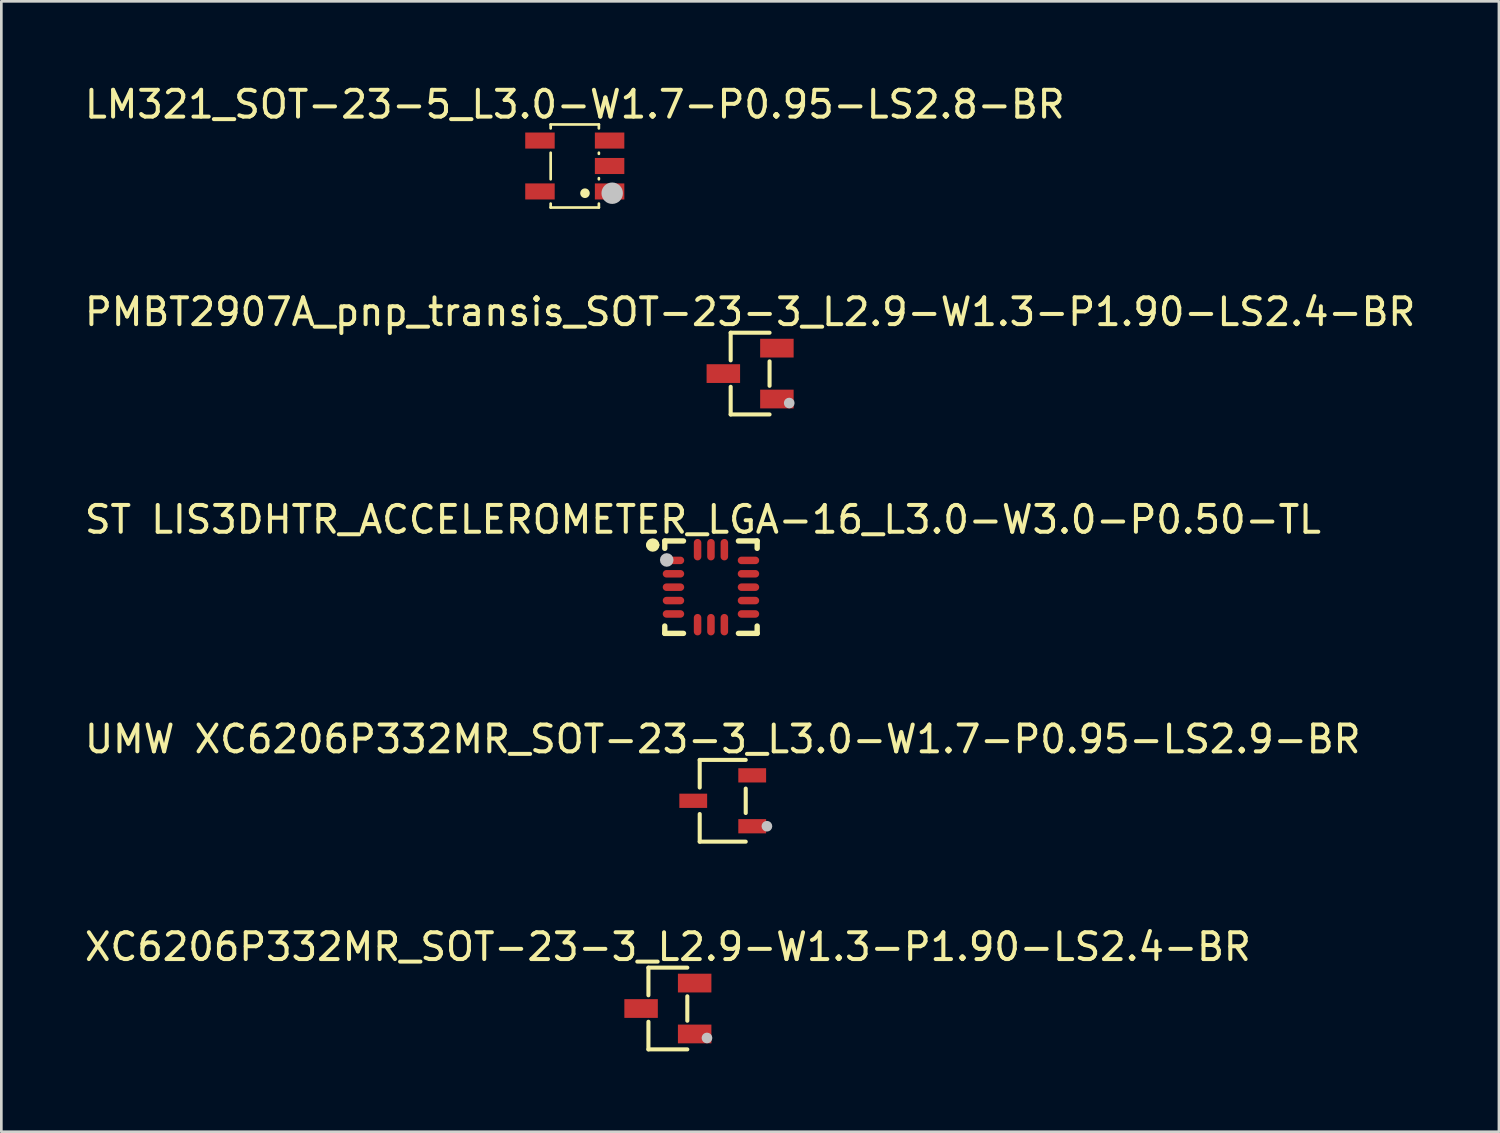
<source format=kicad_pcb>
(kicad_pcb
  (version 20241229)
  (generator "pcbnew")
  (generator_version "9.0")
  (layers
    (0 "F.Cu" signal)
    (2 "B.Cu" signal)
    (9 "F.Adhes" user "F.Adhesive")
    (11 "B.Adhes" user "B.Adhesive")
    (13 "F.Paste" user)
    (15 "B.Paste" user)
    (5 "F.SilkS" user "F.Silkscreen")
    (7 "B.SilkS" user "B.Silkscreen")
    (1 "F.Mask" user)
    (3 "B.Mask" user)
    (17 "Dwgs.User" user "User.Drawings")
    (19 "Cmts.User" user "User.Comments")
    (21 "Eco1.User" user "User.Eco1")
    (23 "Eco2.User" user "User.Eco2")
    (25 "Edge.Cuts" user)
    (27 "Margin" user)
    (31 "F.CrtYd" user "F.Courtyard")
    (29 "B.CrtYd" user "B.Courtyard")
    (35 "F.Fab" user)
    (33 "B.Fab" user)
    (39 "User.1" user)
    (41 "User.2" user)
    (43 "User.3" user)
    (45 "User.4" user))
  (footprint "UMW XC6206P332MR_SOT-23-3_L3.0-W1.7-P0.95-LS2.9-BR"
    (layer "F.Cu")
    (at 23.935 26.85)
    (property "Reference" "UMW XC6206P332MR_SOT-23-3_L3.0-W1.7-P0.95-LS2.9-BR" (at 0 -2.302 0) (layer "F.SilkS") (effects (font (size 1 1) (thickness 0.15))))
    (fp_line (start -0.859 -1.526) (end -0.859 -0.494) (stroke (width 0.152) (type default)) (layer "F.SilkS"))
    (fp_line (start -0.859 1.526) (end -0.859 0.494) (stroke (width 0.152) (type default)) (layer "F.SilkS"))
    (fp_line (start 0.859 -1.526) (end -0.859 -1.526) (stroke (width 0.152) (type default)) (layer "F.SilkS"))
    (fp_line (start 0.859 -0.456) (end 0.859 0.456) (stroke (width 0.152) (type default)) (layer "F.SilkS"))
    (fp_line (start 0.859 1.526) (end -0.859 1.526) (stroke (width 0.152) (type default)) (layer "F.SilkS"))
    (fp_circle (center 1.65 0.95) (end 1.75 0.95) (stroke (width 0.2) (type default)) (fill no) (layer "Dwgs.User"))
    (fp_poly (pts (xy -1.425 0.188) (xy -1.425 -0.188) (xy -1 -0.188) (xy -1 0.188)) (stroke (width 0.1) (type default)) (fill no) (layer "User.1"))
    (fp_poly (pts (xy -1.01 0.188) (xy -1.01 -0.188) (xy -0.815 -0.188) (xy -0.815 0.188)) (stroke (width 0.1) (type default)) (fill no) (layer "User.1"))
    (fp_poly (pts (xy 0.815 -0.762) (xy 0.815 -1.137) (xy 1.01 -1.137) (xy 1.01 -0.762)) (stroke (width 0.1) (type default)) (fill no) (layer "User.1"))
    (fp_poly (pts (xy 0.815 1.137) (xy 0.815 0.762) (xy 1.01 0.762) (xy 1.01 1.137)) (stroke (width 0.1) (type default)) (fill no) (layer "User.1"))
    (fp_poly (pts (xy 1 -0.762) (xy 1 -1.137) (xy 1.425 -1.137) (xy 1.425 -0.762)) (stroke (width 0.1) (type default)) (fill no) (layer "User.1"))
    (fp_poly (pts (xy 1 1.137) (xy 1 0.762) (xy 1.425 0.762) (xy 1.425 1.137)) (stroke (width 0.1) (type default)) (fill no) (layer "User.1"))
    (fp_line (start -0.85 -1.5) (end 0.85 -1.5) (stroke (width 0.051) (type default)) (layer "User.2"))
    (fp_line (start -0.85 1.5) (end -0.85 -1.5) (stroke (width 0.051) (type default)) (layer "User.2"))
    (fp_line (start 0.85 -1.5) (end 0.85 1.5) (stroke (width 0.051) (type default)) (layer "User.2"))
    (fp_line (start 0.85 1.5) (end -0.85 1.5) (stroke (width 0.051) (type default)) (layer "User.2"))
    (fp_poly (pts (xy 1.48 1.477) (xy 1.448 1.445) (xy 1.402 1.445) (xy 1.37 1.477) (xy 1.37 1.523) (xy 1.402 1.555) (xy 1.448 1.555) (xy 1.48 1.523)) (stroke (width 0.1) (type default)) (fill no) (layer "User.3"))
    (pad "1" smd rect (at 1.101 0.95) (size 1.038 0.532) (layers "F.Cu" "F.Mask" "F.Paste"))
    (pad "2" smd rect (at 1.101 -0.95) (size 1.038 0.532) (layers "F.Cu" "F.Mask" "F.Paste"))
    (pad "3" smd rect (at -1.101 0) (size 1.038 0.532) (layers "F.Cu" "F.Mask" "F.Paste")))
  (footprint "LM321_SOT-23-5_L3.0-W1.7-P0.95-LS2.8-BR"
    (layer "F.Cu")
    (at 18.411 3.148)
    (property "Reference" "LM321_SOT-23-5_L3.0-W1.7-P0.95-LS2.8-BR" (at 0 -2.3 0) (layer "F.SilkS") (effects (font (size 1 1) (thickness 0.15))))
    (fp_line (start -0.9 -1.55) (end -0.9 -1.404) (stroke (width 0.1) (type default)) (layer "F.SilkS"))
    (fp_line (start -0.9 -1.55) (end 0.9 -1.55) (stroke (width 0.1) (type default)) (layer "F.SilkS"))
    (fp_line (start -0.9 -0.496) (end -0.9 0.496) (stroke (width 0.1) (type default)) (layer "F.SilkS"))
    (fp_line (start -0.9 1.404) (end -0.9 1.55) (stroke (width 0.1) (type default)) (layer "F.SilkS"))
    (fp_line (start -0.9 1.55) (end 0.9 1.55) (stroke (width 0.1) (type default)) (layer "F.SilkS"))
    (fp_line (start 0.9 -1.55) (end 0.9 -1.404) (stroke (width 0.1) (type default)) (layer "F.SilkS"))
    (fp_line (start 0.9 -0.496) (end 0.9 -0.454) (stroke (width 0.1) (type default)) (layer "F.SilkS"))
    (fp_line (start 0.9 0.454) (end 0.9 0.496) (stroke (width 0.1) (type default)) (layer "F.SilkS"))
    (fp_line (start 0.9 1.404) (end 0.9 1.55) (stroke (width 0.1) (type default)) (layer "F.SilkS"))
    (fp_poly (pts (arc (start 0.204 1.016) (mid 0.381 0.836989) (end 0.558 1.016)) (arc (start 0.558 1.016) (mid 0.381 1.195011) (end 0.204 1.016))) (stroke (width 0) (type default)) (fill yes) (layer "F.SilkS"))
    (fp_circle (center 1.397 1.016) (end 1.597 1.016) (stroke (width 0.4) (type default)) (fill no) (layer "Dwgs.User"))
    (fp_poly (pts (xy -1.4 -0.75) (xy -1.4 -1.15) (xy -0.95 -1.15) (xy -0.95 -0.75)) (stroke (width 0.1) (type default)) (fill no) (layer "User.1"))
    (fp_poly (pts (xy -1.4 1.15) (xy -1.4 0.75) (xy -0.95 0.75) (xy -0.95 1.15)) (stroke (width 0.1) (type default)) (fill no) (layer "User.1"))
    (fp_poly (pts (xy -0.96 -0.75) (xy -0.96 -1.15) (xy -0.79 -1.15) (xy -0.79 -0.75)) (stroke (width 0.1) (type default)) (fill no) (layer "User.1"))
    (fp_poly (pts (xy -0.96 1.15) (xy -0.96 0.75) (xy -0.79 0.75) (xy -0.79 1.15)) (stroke (width 0.1) (type default)) (fill no) (layer "User.1"))
    (fp_poly (pts (xy 0.79 -0.75) (xy 0.79 -1.15) (xy 0.96 -1.15) (xy 0.96 -0.75)) (stroke (width 0.1) (type default)) (fill no) (layer "User.1"))
    (fp_poly (pts (xy 0.79 0.2) (xy 0.79 -0.2) (xy 0.96 -0.2) (xy 0.96 0.2)) (stroke (width 0.1) (type default)) (fill no) (layer "User.1"))
    (fp_poly (pts (xy 0.79 1.15) (xy 0.79 0.75) (xy 0.96 0.75) (xy 0.96 1.15)) (stroke (width 0.1) (type default)) (fill no) (layer "User.1"))
    (fp_poly (pts (xy 0.95 -0.75) (xy 0.95 -1.15) (xy 1.4 -1.15) (xy 1.4 -0.75)) (stroke (width 0.1) (type default)) (fill no) (layer "User.1"))
    (fp_poly (pts (xy 0.95 0.2) (xy 0.95 -0.2) (xy 1.4 -0.2) (xy 1.4 0.2)) (stroke (width 0.1) (type default)) (fill no) (layer "User.1"))
    (fp_poly (pts (xy 0.95 1.15) (xy 0.95 0.75) (xy 1.4 0.75) (xy 1.4 1.15)) (stroke (width 0.1) (type default)) (fill no) (layer "User.1"))
    (fp_line (start -0.8 -1.45) (end 0.8 -1.45) (stroke (width 0.051) (type default)) (layer "User.2"))
    (fp_line (start -0.8 1.45) (end -0.8 -1.45) (stroke (width 0.051) (type default)) (layer "User.2"))
    (fp_line (start 0.8 -1.45) (end 0.8 1.45) (stroke (width 0.051) (type default)) (layer "User.2"))
    (fp_line (start 0.8 1.45) (end -0.8 1.45) (stroke (width 0.051) (type default)) (layer "User.2"))
    (fp_poly (pts (xy 1.455 1.427) (xy 1.423 1.395) (xy 1.377 1.395) (xy 1.345 1.427) (xy 1.345 1.473) (xy 1.377 1.505) (xy 1.423 1.505) (xy 1.455 1.473)) (stroke (width 0.1) (type default)) (fill no) (layer "User.3"))
    (pad "1" smd rect (at 1.3 0.95) (size 1.1 0.6) (layers "F.Cu" "F.Mask" "F.Paste"))
    (pad "2" smd rect (at 1.3 0) (size 1.1 0.6) (layers "F.Cu" "F.Mask" "F.Paste"))
    (pad "3" smd rect (at 1.3 -0.95) (size 1.1 0.6) (layers "F.Cu" "F.Mask" "F.Paste"))
    (pad "4" smd rect (at -1.3 -0.95) (size 1.1 0.6) (layers "F.Cu" "F.Mask" "F.Paste"))
    (pad "5" smd rect (at -1.3 0.95) (size 1.1 0.6) (layers "F.Cu" "F.Mask" "F.Paste")))
  (footprint "ST LIS3DHTR_ACCELEROMETER_LGA-16_L3.0-W3.0-P0.50-TL"
    (layer "F.Cu")
    (at 23.496 18.874)
    (property "Reference" "ST LIS3DHTR_ACCELEROMETER_LGA-16_L3.0-W3.0-P0.50-TL" (at -0.3 -2.525 0) (layer "F.SilkS") (effects (font (size 1 1) (thickness 0.15))))
    (fp_line (start -1.725 -1.725) (end -1.025 -1.725) (stroke (width 0.2) (type default)) (layer "F.SilkS"))
    (fp_line (start -1.725 -1.45) (end -1.725 -1.725) (stroke (width 0.2) (type default)) (layer "F.SilkS"))
    (fp_line (start -1.725 1.45) (end -1.725 1.725) (stroke (width 0.2) (type default)) (layer "F.SilkS"))
    (fp_line (start -1.725 1.725) (end -1.025 1.725) (stroke (width 0.2) (type default)) (layer "F.SilkS"))
    (fp_line (start 1.025 -1.725) (end 1.725 -1.725) (stroke (width 0.2) (type default)) (layer "F.SilkS"))
    (fp_line (start 1.025 1.725) (end 1.725 1.725) (stroke (width 0.2) (type default)) (layer "F.SilkS"))
    (fp_line (start 1.725 -1.725) (end 1.725 -1.45) (stroke (width 0.2) (type default)) (layer "F.SilkS"))
    (fp_line (start 1.725 1.725) (end 1.725 1.45) (stroke (width 0.2) (type default)) (layer "F.SilkS"))
    (fp_arc (start -2.2995 -1.5735) (mid -2.17525 -1.698498) (end -2.0495 -1.575) (stroke (width 0.25) (type default)) (layer "F.SilkS"))
    (fp_arc (start -2.0495 -1.5725) (mid -2.175 -1.448497) (end -2.2995 -1.5735) (stroke (width 0.25) (type default)) (layer "F.SilkS"))
    (fp_circle (center -1.651 -1.016) (end -1.524 -1.016) (stroke (width 0.254) (type default)) (fill no) (layer "Dwgs.User"))
    (fp_poly (pts (xy -1.05 -1.13) (xy -1.05 -0.88) (xy -1.399 -0.88) (xy -1.399 -1.13)) (stroke (width 0.1) (type default)) (fill no) (layer "User.1"))
    (fp_poly (pts (xy -1.05 -0.63) (xy -1.05 -0.38) (xy -1.399 -0.38) (xy -1.399 -0.63)) (stroke (width 0.1) (type default)) (fill no) (layer "User.1"))
    (fp_poly (pts (xy -1.05 -0.13) (xy -1.05 0.12) (xy -1.399 0.12) (xy -1.399 -0.13)) (stroke (width 0.1) (type default)) (fill no) (layer "User.1"))
    (fp_poly (pts (xy -1.05 0.37) (xy -1.05 0.62) (xy -1.399 0.62) (xy -1.399 0.37)) (stroke (width 0.1) (type default)) (fill no) (layer "User.1"))
    (fp_poly (pts (xy -1.05 0.87) (xy -1.05 1.12) (xy -1.399 1.12) (xy -1.399 0.87)) (stroke (width 0.1) (type default)) (fill no) (layer "User.1"))
    (fp_poly (pts (xy -0.625 -1.4) (xy -0.375 -1.4) (xy -0.375 -1.05) (xy -0.625 -1.05)) (stroke (width 0.1) (type default)) (fill no) (layer "User.1"))
    (fp_poly (pts (xy -0.375 1.399) (xy -0.625 1.399) (xy -0.625 1.05) (xy -0.375 1.05)) (stroke (width 0.1) (type default)) (fill no) (layer "User.1"))
    (fp_poly (pts (xy -0.125 -1.4) (xy 0.125 -1.4) (xy 0.125 -1.05) (xy -0.125 -1.05)) (stroke (width 0.1) (type default)) (fill no) (layer "User.1"))
    (fp_poly (pts (xy 0.125 1.399) (xy -0.125 1.399) (xy -0.125 1.05) (xy 0.125 1.05)) (stroke (width 0.1) (type default)) (fill no) (layer "User.1"))
    (fp_poly (pts (xy 0.375 -1.4) (xy 0.625 -1.4) (xy 0.625 -1.05) (xy 0.375 -1.05)) (stroke (width 0.1) (type default)) (fill no) (layer "User.1"))
    (fp_poly (pts (xy 0.625 1.399) (xy 0.375 1.399) (xy 0.375 1.05) (xy 0.625 1.05)) (stroke (width 0.1) (type default)) (fill no) (layer "User.1"))
    (fp_poly (pts (xy 1.05 -0.87) (xy 1.05 -1.12) (xy 1.4 -1.12) (xy 1.4 -0.87)) (stroke (width 0.1) (type default)) (fill no) (layer "User.1"))
    (fp_poly (pts (xy 1.05 -0.37) (xy 1.05 -0.62) (xy 1.4 -0.62) (xy 1.4 -0.37)) (stroke (width 0.1) (type default)) (fill no) (layer "User.1"))
    (fp_poly (pts (xy 1.05 0.13) (xy 1.05 -0.12) (xy 1.4 -0.12) (xy 1.4 0.13)) (stroke (width 0.1) (type default)) (fill no) (layer "User.1"))
    (fp_poly (pts (xy 1.05 0.63) (xy 1.05 0.38) (xy 1.4 0.38) (xy 1.4 0.63)) (stroke (width 0.1) (type default)) (fill no) (layer "User.1"))
    (fp_poly (pts (xy 1.05 1.13) (xy 1.05 0.88) (xy 1.4 0.88) (xy 1.4 1.13)) (stroke (width 0.1) (type default)) (fill no) (layer "User.1"))
    (fp_line (start -1.5 -1.5) (end 1.5 -1.5) (stroke (width 0.051) (type default)) (layer "User.2"))
    (fp_line (start -1.5 1.5) (end -1.5 -1.5) (stroke (width 0.051) (type default)) (layer "User.2"))
    (fp_line (start 1.5 -1.5) (end 1.5 1.5) (stroke (width 0.051) (type default)) (layer "User.2"))
    (fp_line (start 1.5 1.5) (end -1.5 1.5) (stroke (width 0.051) (type default)) (layer "User.2"))
    (fp_poly (pts (xy -1.445 -1.523) (xy -1.477 -1.555) (xy -1.523 -1.555) (xy -1.555 -1.523) (xy -1.555 -1.477) (xy -1.523 -1.445) (xy -1.477 -1.445) (xy -1.445 -1.477)) (stroke (width 0.1) (type default)) (fill no) (layer "User.3"))
    (pad "1" smd oval (at -1.4 -1) (size 0.8 0.28) (layers "F.Cu" "F.Mask" "F.Paste"))
    (pad "2" smd oval (at -1.4 -0.5) (size 0.8 0.28) (layers "F.Cu" "F.Mask" "F.Paste"))
    (pad "3" smd oval (at -1.4 0) (size 0.8 0.28) (layers "F.Cu" "F.Mask" "F.Paste"))
    (pad "4" smd oval (at -1.4 0.5) (size 0.8 0.28) (layers "F.Cu" "F.Mask" "F.Paste"))
    (pad "5" smd oval (at -1.4 1) (size 0.8 0.28) (layers "F.Cu" "F.Mask" "F.Paste"))
    (pad "6" smd oval (at -0.5 1.4) (size 0.28 0.8) (layers "F.Cu" "F.Mask" "F.Paste"))
    (pad "7" smd oval (at 0 1.4) (size 0.28 0.8) (layers "F.Cu" "F.Mask" "F.Paste"))
    (pad "8" smd oval (at 0.5 1.4) (size 0.28 0.8) (layers "F.Cu" "F.Mask" "F.Paste"))
    (pad "9" smd oval (at 1.4 1) (size 0.8 0.28) (layers "F.Cu" "F.Mask" "F.Paste"))
    (pad "10" smd oval (at 1.4 0.5) (size 0.8 0.28) (layers "F.Cu" "F.Mask" "F.Paste"))
    (pad "11" smd oval (at 1.4 0) (size 0.8 0.28) (layers "F.Cu" "F.Mask" "F.Paste"))
    (pad "12" smd oval (at 1.4 -0.5) (size 0.8 0.28) (layers "F.Cu" "F.Mask" "F.Paste"))
    (pad "13" smd oval (at 1.4 -1) (size 0.8 0.28) (layers "F.Cu" "F.Mask" "F.Paste"))
    (pad "14" smd oval (at 0.5 -1.4) (size 0.28 0.8) (layers "F.Cu" "F.Mask" "F.Paste"))
    (pad "15" smd oval (at 0 -1.4) (size 0.28 0.8) (layers "F.Cu" "F.Mask" "F.Paste"))
    (pad "16" smd oval (at -0.5 -1.4) (size 0.28 0.8) (layers "F.Cu" "F.Mask" "F.Paste")))
  (footprint "PMBT2907A_pnp_transis_SOT-23-3_L2.9-W1.3-P1.90-LS2.4-BR"
    (layer "F.Cu")
    (at 24.958 10.899)
    (property "Reference" "PMBT2907A_pnp_transis_SOT-23-3_L2.9-W1.3-P1.90-LS2.4-BR" (at 0 -2.302 0) (layer "F.SilkS") (effects (font (size 1 1) (thickness 0.15))))
    (fp_line (start -0.726 -1.526) (end -0.726 -0.494) (stroke (width 0.152) (type default)) (layer "F.SilkS"))
    (fp_line (start -0.726 1.526) (end -0.726 0.494) (stroke (width 0.152) (type default)) (layer "F.SilkS"))
    (fp_line (start 0.726 -1.526) (end -0.726 -1.526) (stroke (width 0.152) (type default)) (layer "F.SilkS"))
    (fp_line (start 0.726 -0.456) (end 0.726 0.456) (stroke (width 0.152) (type default)) (layer "F.SilkS"))
    (fp_line (start 0.726 1.526) (end -0.726 1.526) (stroke (width 0.152) (type default)) (layer "F.SilkS"))
    (fp_circle (center 1.46 1.1) (end 1.56 1.1) (stroke (width 0.2) (type default)) (fill no) (layer "Dwgs.User"))
    (fp_poly (pts (xy -1.2 0.215) (xy -1.2 -0.215) (xy -0.9 -0.215) (xy -0.9 0.215)) (stroke (width 0.1) (type default)) (fill no) (layer "User.1"))
    (fp_poly (pts (xy -0.91 0.215) (xy -0.91 -0.215) (xy -0.64 -0.215) (xy -0.64 0.215)) (stroke (width 0.1) (type default)) (fill no) (layer "User.1"))
    (fp_poly (pts (xy 0.64 -0.735) (xy 0.64 -1.165) (xy 0.91 -1.165) (xy 0.91 -0.735)) (stroke (width 0.1) (type default)) (fill no) (layer "User.1"))
    (fp_poly (pts (xy 0.64 1.165) (xy 0.64 0.735) (xy 0.91 0.735) (xy 0.91 1.165)) (stroke (width 0.1) (type default)) (fill no) (layer "User.1"))
    (fp_poly (pts (xy 0.9 -0.735) (xy 0.9 -1.165) (xy 1.2 -1.165) (xy 1.2 -0.735)) (stroke (width 0.1) (type default)) (fill no) (layer "User.1"))
    (fp_poly (pts (xy 0.9 1.165) (xy 0.9 0.735) (xy 1.2 0.735) (xy 1.2 1.165)) (stroke (width 0.1) (type default)) (fill no) (layer "User.1"))
    (fp_line (start -0.65 -1.45) (end 0.65 -1.45) (stroke (width 0.051) (type default)) (layer "User.2"))
    (fp_line (start -0.65 1.45) (end -0.65 -1.45) (stroke (width 0.051) (type default)) (layer "User.2"))
    (fp_line (start 0.65 -1.45) (end 0.65 1.45) (stroke (width 0.051) (type default)) (layer "User.2"))
    (fp_line (start 0.65 1.45) (end -0.65 1.45) (stroke (width 0.051) (type default)) (layer "User.2"))
    (fp_poly (pts (xy 1.255 1.427) (xy 1.223 1.395) (xy 1.177 1.395) (xy 1.145 1.427) (xy 1.145 1.473) (xy 1.177 1.505) (xy 1.223 1.505) (xy 1.255 1.473)) (stroke (width 0.1) (type default)) (fill no) (layer "User.3"))
    (pad "1" smd rect (at 1 0.95) (size 1.25 0.7) (layers "F.Cu" "F.Mask" "F.Paste"))
    (pad "2" smd rect (at 1 -0.95) (size 1.25 0.7) (layers "F.Cu" "F.Mask" "F.Paste"))
    (pad "3" smd rect (at -1 0) (size 1.25 0.7) (layers "F.Cu" "F.Mask" "F.Paste")))
  (footprint "XC6206P332MR_SOT-23-3_L2.9-W1.3-P1.90-LS2.4-BR"
    (layer "F.Cu")
    (at 21.887 34.606)
    (property "Reference" "XC6206P332MR_SOT-23-3_L2.9-W1.3-P1.90-LS2.4-BR" (at 0 -2.302 0) (layer "F.SilkS") (effects (font (size 1 1) (thickness 0.15))))
    (fp_line (start -0.726 -1.526) (end -0.726 -0.494) (stroke (width 0.152) (type default)) (layer "F.SilkS"))
    (fp_line (start -0.726 1.526) (end -0.726 0.494) (stroke (width 0.152) (type default)) (layer "F.SilkS"))
    (fp_line (start 0.726 -1.526) (end -0.726 -1.526) (stroke (width 0.152) (type default)) (layer "F.SilkS"))
    (fp_line (start 0.726 -0.456) (end 0.726 0.456) (stroke (width 0.152) (type default)) (layer "F.SilkS"))
    (fp_line (start 0.726 1.526) (end -0.726 1.526) (stroke (width 0.152) (type default)) (layer "F.SilkS"))
    (fp_circle (center 1.46 1.1) (end 1.56 1.1) (stroke (width 0.2) (type default)) (fill no) (layer "Dwgs.User"))
    (fp_poly (pts (xy -1.2 0.215) (xy -1.2 -0.215) (xy -0.9 -0.215) (xy -0.9 0.215)) (stroke (width 0.1) (type default)) (fill no) (layer "User.1"))
    (fp_poly (pts (xy -0.91 0.215) (xy -0.91 -0.215) (xy -0.64 -0.215) (xy -0.64 0.215)) (stroke (width 0.1) (type default)) (fill no) (layer "User.1"))
    (fp_poly (pts (xy 0.64 -0.735) (xy 0.64 -1.165) (xy 0.91 -1.165) (xy 0.91 -0.735)) (stroke (width 0.1) (type default)) (fill no) (layer "User.1"))
    (fp_poly (pts (xy 0.64 1.165) (xy 0.64 0.735) (xy 0.91 0.735) (xy 0.91 1.165)) (stroke (width 0.1) (type default)) (fill no) (layer "User.1"))
    (fp_poly (pts (xy 0.9 -0.735) (xy 0.9 -1.165) (xy 1.2 -1.165) (xy 1.2 -0.735)) (stroke (width 0.1) (type default)) (fill no) (layer "User.1"))
    (fp_poly (pts (xy 0.9 1.165) (xy 0.9 0.735) (xy 1.2 0.735) (xy 1.2 1.165)) (stroke (width 0.1) (type default)) (fill no) (layer "User.1"))
    (fp_line (start -0.65 -1.45) (end 0.65 -1.45) (stroke (width 0.051) (type default)) (layer "User.2"))
    (fp_line (start -0.65 1.45) (end -0.65 -1.45) (stroke (width 0.051) (type default)) (layer "User.2"))
    (fp_line (start 0.65 -1.45) (end 0.65 1.45) (stroke (width 0.051) (type default)) (layer "User.2"))
    (fp_line (start 0.65 1.45) (end -0.65 1.45) (stroke (width 0.051) (type default)) (layer "User.2"))
    (fp_poly (pts (xy 1.255 1.427) (xy 1.223 1.395) (xy 1.177 1.395) (xy 1.145 1.427) (xy 1.145 1.473) (xy 1.177 1.505) (xy 1.223 1.505) (xy 1.255 1.473)) (stroke (width 0.1) (type default)) (fill no) (layer "User.3"))
    (pad "1" smd rect (at 1 0.95) (size 1.25 0.7) (layers "F.Cu" "F.Mask" "F.Paste"))
    (pad "2" smd rect (at 1 -0.95) (size 1.25 0.7) (layers "F.Cu" "F.Mask" "F.Paste"))
    (pad "3" smd rect (at -1 0) (size 1.25 0.7) (layers "F.Cu" "F.Mask" "F.Paste")))
  (gr_rect
    (start -3 -3)
    (end 52.917 39.208)
    (stroke (width 0.1) (type default))
    (fill no)
    (layer "Edge.Cuts")))
</source>
